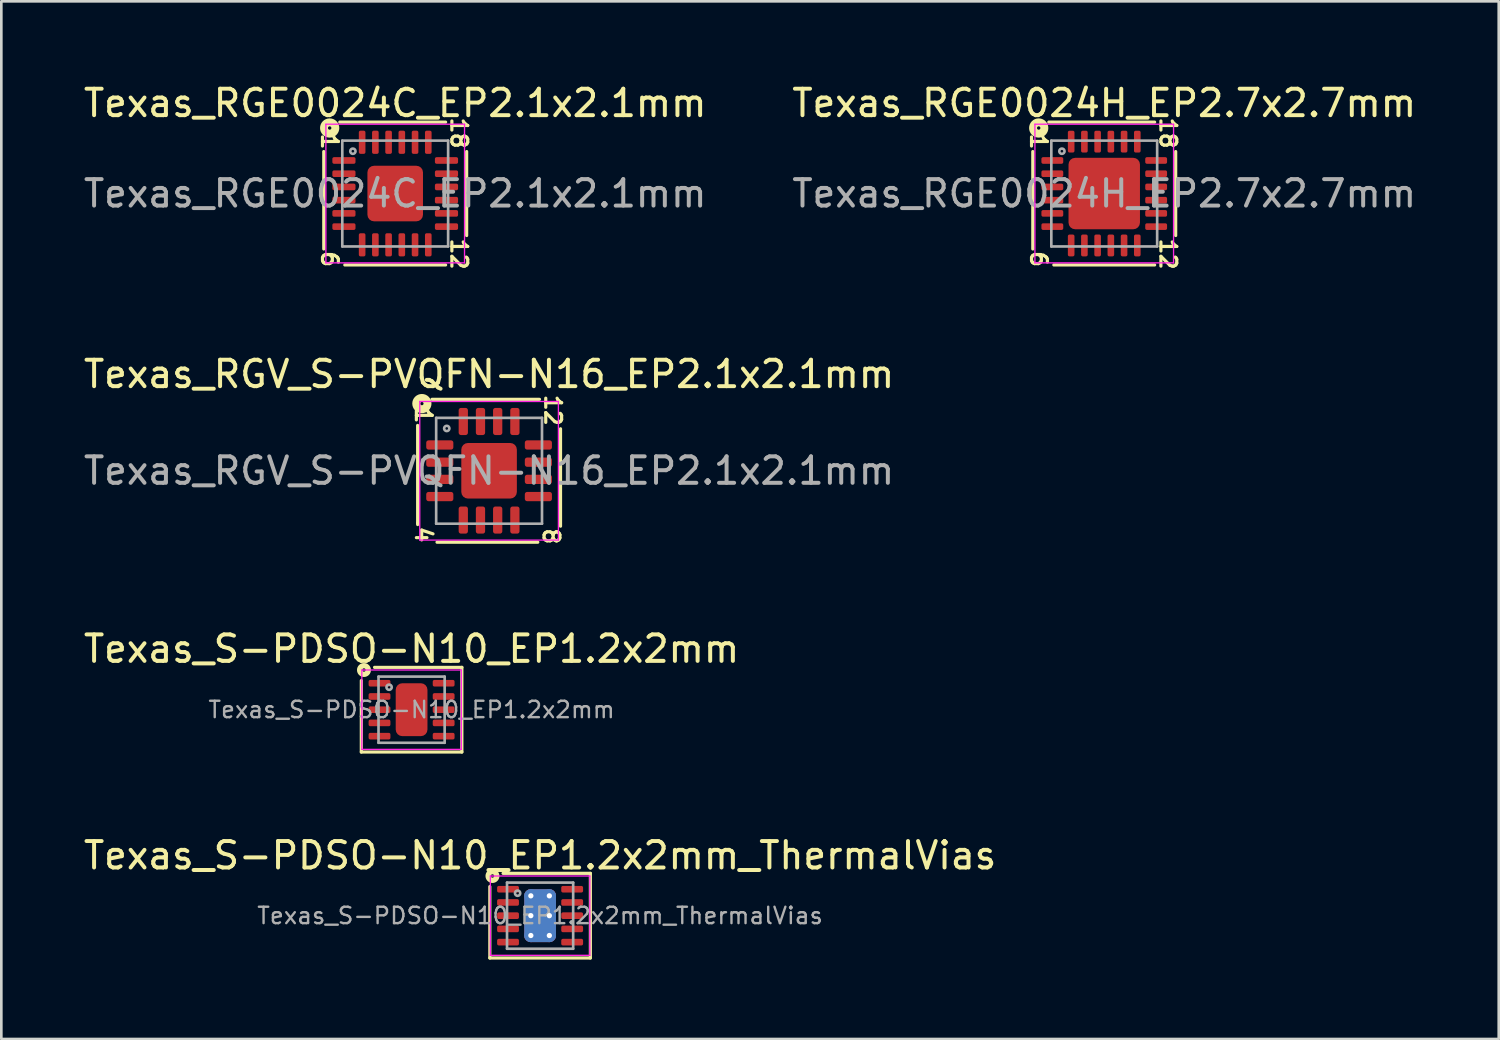
<source format=kicad_pcb>
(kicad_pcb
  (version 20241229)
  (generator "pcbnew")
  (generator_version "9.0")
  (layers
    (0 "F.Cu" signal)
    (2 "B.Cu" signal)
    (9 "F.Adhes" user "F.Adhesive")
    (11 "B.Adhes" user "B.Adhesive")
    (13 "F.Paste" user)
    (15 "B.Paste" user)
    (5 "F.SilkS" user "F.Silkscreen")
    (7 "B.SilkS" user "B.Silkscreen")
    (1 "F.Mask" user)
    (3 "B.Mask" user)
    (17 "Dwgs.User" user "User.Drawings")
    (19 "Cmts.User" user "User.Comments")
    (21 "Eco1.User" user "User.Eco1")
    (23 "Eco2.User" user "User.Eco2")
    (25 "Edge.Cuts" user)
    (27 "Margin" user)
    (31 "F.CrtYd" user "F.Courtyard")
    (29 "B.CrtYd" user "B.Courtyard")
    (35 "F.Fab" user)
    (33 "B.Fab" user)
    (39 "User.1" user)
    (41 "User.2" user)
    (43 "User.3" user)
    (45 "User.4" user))
  (footprint "Texas_RGE0024H_EP2.7x2.7mm"
    (layer "F.Cu")
    (at 38.685 4.265)
    (property "Reference" "Texas_RGE0024H_EP2.7x2.7mm" (at 0 -3.417 0) (layer "F.SilkS") (effects (font (size 1 1) (thickness 0.15))))
    (attr smd)
    (fp_line (start -2.7 -1.587) (end -2.7 2.095) (stroke (width 0.12) (type solid)) (layer "F.SilkS"))
    (fp_line (start -1.905 2.7) (end 1.905 2.7) (stroke (width 0.12) (type solid)) (layer "F.SilkS"))
    (fp_line (start 1.905 -2.7) (end -2.095 -2.7) (stroke (width 0.12) (type solid)) (layer "F.SilkS"))
    (fp_line (start 2.7 1.587) (end 2.7 -1.587) (stroke (width 0.12) (type solid)) (layer "F.SilkS"))
    (fp_circle (center -2.477 -2.477) (end -2.413 -2.477) (stroke (width 0.3) (type solid)) (fill no) (layer "F.SilkS"))
    (fp_line (start -2.62 -2.62) (end -2.62 2.62) (stroke (width 0.05) (type solid)) (layer "F.CrtYd"))
    (fp_line (start -2.62 2.62) (end 2.62 2.62) (stroke (width 0.05) (type solid)) (layer "F.CrtYd"))
    (fp_line (start 2.62 -2.62) (end -2.62 -2.62) (stroke (width 0.05) (type solid)) (layer "F.CrtYd"))
    (fp_line (start 2.62 2.62) (end 2.62 -2.62) (stroke (width 0.05) (type solid)) (layer "F.CrtYd"))
    (fp_line (start -2 -2) (end 2 -2) (stroke (width 0.1) (type solid)) (layer "F.Fab"))
    (fp_line (start -2 2) (end -2 -2) (stroke (width 0.1) (type solid)) (layer "F.Fab"))
    (fp_line (start 2 -2) (end 2 2) (stroke (width 0.1) (type solid)) (layer "F.Fab"))
    (fp_line (start 2 2) (end -2 2) (stroke (width 0.1) (type solid)) (layer "F.Fab"))
    (fp_circle (center -1.6 -1.6) (end -1.5 -1.6) (stroke (width 0.1) (type solid)) (fill no) (layer "F.Fab"))
    (fp_text user "6" (at -2.477 2.477 270) (unlocked yes) (layer "F.SilkS") (effects (font (size 0.6 0.6) (thickness 0.12))))
    (fp_text user "1" (at -2.477 -1.968 270) (unlocked yes) (layer "F.SilkS") (effects (font (size 0.6 0.6) (thickness 0.12))))
    (fp_text user "12" (at 2.413 2.286 270) (unlocked yes) (layer "F.SilkS") (effects (font (size 0.6 0.6) (thickness 0.12))))
    (fp_text user "18" (at 2.413 -2.286 270) (unlocked yes) (layer "F.SilkS") (effects (font (size 0.6 0.6) (thickness 0.12))))
    (fp_text user "${REFERENCE}" (at 0 0 0) (layer "F.Fab") (effects (font (size 1 1) (thickness 0.15))))
    (pad "" smd roundrect (at -0.675 -0.675) (size 1.09 1.09) (layers "F.Paste") (roundrect_rratio 0.229))
    (pad "" smd roundrect (at -0.675 0.675) (size 1.09 1.09) (layers "F.Paste") (roundrect_rratio 0.229))
    (pad "" smd roundrect (at 0.675 -0.675) (size 1.09 1.09) (layers "F.Paste") (roundrect_rratio 0.229))
    (pad "" smd roundrect (at 0.675 0.675) (size 1.09 1.09) (layers "F.Paste") (roundrect_rratio 0.229))
    (pad "1" smd roundrect (at -1.962 -1.25) (size 0.825 0.25) (layers "F.Cu" "F.Mask" "F.Paste") (roundrect_rratio 0.25))
    (pad "2" smd roundrect (at -1.962 -0.75) (size 0.825 0.25) (layers "F.Cu" "F.Mask" "F.Paste") (roundrect_rratio 0.25))
    (pad "3" smd roundrect (at -1.962 -0.25) (size 0.825 0.25) (layers "F.Cu" "F.Mask" "F.Paste") (roundrect_rratio 0.25))
    (pad "4" smd roundrect (at -1.962 0.25) (size 0.825 0.25) (layers "F.Cu" "F.Mask" "F.Paste") (roundrect_rratio 0.25))
    (pad "5" smd roundrect (at -1.962 0.75) (size 0.825 0.25) (layers "F.Cu" "F.Mask" "F.Paste") (roundrect_rratio 0.25))
    (pad "6" smd roundrect (at -1.962 1.25) (size 0.825 0.25) (layers "F.Cu" "F.Mask" "F.Paste") (roundrect_rratio 0.25))
    (pad "7" smd roundrect (at -1.25 1.962) (size 0.25 0.825) (layers "F.Cu" "F.Mask" "F.Paste") (roundrect_rratio 0.25))
    (pad "8" smd roundrect (at -0.75 1.962) (size 0.25 0.825) (layers "F.Cu" "F.Mask" "F.Paste") (roundrect_rratio 0.25))
    (pad "9" smd roundrect (at -0.25 1.962) (size 0.25 0.825) (layers "F.Cu" "F.Mask" "F.Paste") (roundrect_rratio 0.25))
    (pad "10" smd roundrect (at 0.25 1.962) (size 0.25 0.825) (layers "F.Cu" "F.Mask" "F.Paste") (roundrect_rratio 0.25))
    (pad "11" smd roundrect (at 0.75 1.962) (size 0.25 0.825) (layers "F.Cu" "F.Mask" "F.Paste") (roundrect_rratio 0.25))
    (pad "12" smd roundrect (at 1.25 1.962) (size 0.25 0.825) (layers "F.Cu" "F.Mask" "F.Paste") (roundrect_rratio 0.25))
    (pad "13" smd roundrect (at 1.962 1.25) (size 0.825 0.25) (layers "F.Cu" "F.Mask" "F.Paste") (roundrect_rratio 0.25))
    (pad "14" smd roundrect (at 1.962 0.75) (size 0.825 0.25) (layers "F.Cu" "F.Mask" "F.Paste") (roundrect_rratio 0.25))
    (pad "15" smd roundrect (at 1.962 0.25) (size 0.825 0.25) (layers "F.Cu" "F.Mask" "F.Paste") (roundrect_rratio 0.25))
    (pad "16" smd roundrect (at 1.962 -0.25) (size 0.825 0.25) (layers "F.Cu" "F.Mask" "F.Paste") (roundrect_rratio 0.25))
    (pad "17" smd roundrect (at 1.962 -0.75) (size 0.825 0.25) (layers "F.Cu" "F.Mask" "F.Paste") (roundrect_rratio 0.25))
    (pad "18" smd roundrect (at 1.962 -1.25) (size 0.825 0.25) (layers "F.Cu" "F.Mask" "F.Paste") (roundrect_rratio 0.25))
    (pad "19" smd roundrect (at 1.25 -1.962) (size 0.25 0.825) (layers "F.Cu" "F.Mask" "F.Paste") (roundrect_rratio 0.25))
    (pad "20" smd roundrect (at 0.75 -1.962) (size 0.25 0.825) (layers "F.Cu" "F.Mask" "F.Paste") (roundrect_rratio 0.25))
    (pad "21" smd roundrect (at 0.25 -1.962) (size 0.25 0.825) (layers "F.Cu" "F.Mask" "F.Paste") (roundrect_rratio 0.25))
    (pad "22" smd roundrect (at -0.25 -1.962) (size 0.25 0.825) (layers "F.Cu" "F.Mask" "F.Paste") (roundrect_rratio 0.25))
    (pad "23" smd roundrect (at -0.75 -1.962) (size 0.25 0.825) (layers "F.Cu" "F.Mask" "F.Paste") (roundrect_rratio 0.25))
    (pad "24" smd roundrect (at -1.25 -1.962) (size 0.25 0.825) (layers "F.Cu" "F.Mask" "F.Paste") (roundrect_rratio 0.25))
    (pad "25" smd roundrect (at 0 0) (size 2.7 2.7) (layers "F.Cu" "F.Mask") (roundrect_rratio 0.093)))
  (footprint "Texas_S-PDSO-N10_EP1.2x2mm"
    (layer "F.Cu")
    (at 12.506 23.773)
    (property "Reference" "Texas_S-PDSO-N10_EP1.2x2mm" (at 0 -2.3 0) (layer "F.SilkS") (effects (font (size 1 1) (thickness 0.15))))
    (attr smd)
    (fp_line (start -1.9 -1.1) (end -1.9 1.6) (stroke (width 0.12) (type solid)) (layer "F.SilkS"))
    (fp_line (start -1.9 1.6) (end 1.9 1.6) (stroke (width 0.12) (type solid)) (layer "F.SilkS"))
    (fp_line (start 1.9 -1.6) (end -1.4 -1.6) (stroke (width 0.12) (type solid)) (layer "F.SilkS"))
    (fp_line (start 1.9 1.6) (end 1.9 -1.6) (stroke (width 0.12) (type solid)) (layer "F.SilkS"))
    (fp_circle (center -1.8 -1.5) (end -1.736 -1.5) (stroke (width 0.2) (type solid)) (fill no) (layer "F.SilkS"))
    (fp_line (start -1.88 -1.5) (end -1.88 1.5) (stroke (width 0.05) (type solid)) (layer "F.CrtYd"))
    (fp_line (start -1.88 1.5) (end 1.88 1.5) (stroke (width 0.05) (type solid)) (layer "F.CrtYd"))
    (fp_line (start 1.88 -1.5) (end -1.88 -1.5) (stroke (width 0.05) (type solid)) (layer "F.CrtYd"))
    (fp_line (start 1.88 1.5) (end 1.88 -1.5) (stroke (width 0.05) (type solid)) (layer "F.CrtYd"))
    (fp_line (start -1.25 -1.25) (end 1.25 -1.25) (stroke (width 0.1) (type solid)) (layer "F.Fab"))
    (fp_line (start -1.25 1.25) (end -1.25 -1.25) (stroke (width 0.1) (type solid)) (layer "F.Fab"))
    (fp_line (start 1.25 -1.25) (end 1.25 1.25) (stroke (width 0.1) (type solid)) (layer "F.Fab"))
    (fp_line (start 1.25 1.25) (end -1.25 1.25) (stroke (width 0.1) (type solid)) (layer "F.Fab"))
    (fp_circle (center -0.85 -0.85) (end -0.75 -0.85) (stroke (width 0.1) (type solid)) (fill no) (layer "F.Fab"))
    (fp_text user "${REFERENCE}" (at 0 0 0) (layer "F.Fab") (effects (font (size 0.62 0.62) (thickness 0.09))))
    (pad "" smd roundrect (at -0.3 -0.5) (size 0.48 0.81) (layers "F.Paste") (roundrect_rratio 0.25))
    (pad "" smd roundrect (at -0.3 0.5) (size 0.48 0.81) (layers "F.Paste") (roundrect_rratio 0.25))
    (pad "" smd roundrect (at 0.3 -0.5) (size 0.48 0.81) (layers "F.Paste") (roundrect_rratio 0.25))
    (pad "" smd roundrect (at 0.3 0.5) (size 0.48 0.81) (layers "F.Paste") (roundrect_rratio 0.25))
    (pad "1" smd roundrect (at -1.212 -1) (size 0.825 0.25) (layers "F.Cu" "F.Mask" "F.Paste") (roundrect_rratio 0.25))
    (pad "2" smd roundrect (at -1.212 -0.5) (size 0.825 0.25) (layers "F.Cu" "F.Mask" "F.Paste") (roundrect_rratio 0.25))
    (pad "3" smd roundrect (at -1.212 0) (size 0.825 0.25) (layers "F.Cu" "F.Mask" "F.Paste") (roundrect_rratio 0.25))
    (pad "4" smd roundrect (at -1.212 0.5) (size 0.825 0.25) (layers "F.Cu" "F.Mask" "F.Paste") (roundrect_rratio 0.25))
    (pad "5" smd roundrect (at -1.212 1) (size 0.825 0.25) (layers "F.Cu" "F.Mask" "F.Paste") (roundrect_rratio 0.25))
    (pad "6" smd roundrect (at 1.212 1) (size 0.825 0.25) (layers "F.Cu" "F.Mask" "F.Paste") (roundrect_rratio 0.25))
    (pad "7" smd roundrect (at 1.212 0.5) (size 0.825 0.25) (layers "F.Cu" "F.Mask" "F.Paste") (roundrect_rratio 0.25))
    (pad "8" smd roundrect (at 1.212 0) (size 0.825 0.25) (layers "F.Cu" "F.Mask" "F.Paste") (roundrect_rratio 0.25))
    (pad "9" smd roundrect (at 1.212 -0.5) (size 0.825 0.25) (layers "F.Cu" "F.Mask" "F.Paste") (roundrect_rratio 0.25))
    (pad "10" smd roundrect (at 1.212 -1) (size 0.825 0.25) (layers "F.Cu" "F.Mask" "F.Paste") (roundrect_rratio 0.25))
    (pad "11" smd roundrect (at 0 0) (size 1.2 2) (layers "F.Cu" "F.Mask") (roundrect_rratio 0.208)))
  (footprint "Texas_S-PDSO-N10_EP1.2x2mm_ThermalVias"
    (layer "F.Cu")
    (at 17.363 31.558)
    (property "Reference" "Texas_S-PDSO-N10_EP1.2x2mm_ThermalVias" (at 0 -2.276 0) (layer "F.SilkS") (effects (font (size 1 1) (thickness 0.15))))
    (attr smd)
    (fp_line (start -1.9 -1.1) (end -1.9 1.6) (stroke (width 0.12) (type solid)) (layer "F.SilkS"))
    (fp_line (start -1.9 1.6) (end 1.9 1.6) (stroke (width 0.12) (type solid)) (layer "F.SilkS"))
    (fp_line (start 1.9 -1.6) (end -1.4 -1.6) (stroke (width 0.12) (type solid)) (layer "F.SilkS"))
    (fp_line (start 1.9 1.6) (end 1.9 -1.6) (stroke (width 0.12) (type solid)) (layer "F.SilkS"))
    (fp_circle (center -1.8 -1.5) (end -1.736 -1.5) (stroke (width 0.2) (type solid)) (fill no) (layer "F.SilkS"))
    (fp_line (start -1.88 -1.5) (end -1.88 1.5) (stroke (width 0.05) (type solid)) (layer "F.CrtYd"))
    (fp_line (start -1.88 1.5) (end 1.88 1.5) (stroke (width 0.05) (type solid)) (layer "F.CrtYd"))
    (fp_line (start 1.88 -1.5) (end -1.88 -1.5) (stroke (width 0.05) (type solid)) (layer "F.CrtYd"))
    (fp_line (start 1.88 1.5) (end 1.88 -1.5) (stroke (width 0.05) (type solid)) (layer "F.CrtYd"))
    (fp_line (start -1.25 -1.25) (end 1.25 -1.25) (stroke (width 0.1) (type solid)) (layer "F.Fab"))
    (fp_line (start -1.25 1.25) (end -1.25 -1.25) (stroke (width 0.1) (type solid)) (layer "F.Fab"))
    (fp_line (start 1.25 -1.25) (end 1.25 1.25) (stroke (width 0.1) (type solid)) (layer "F.Fab"))
    (fp_line (start 1.25 1.25) (end -1.25 1.25) (stroke (width 0.1) (type solid)) (layer "F.Fab"))
    (fp_circle (center -0.85 -0.85) (end -0.75 -0.85) (stroke (width 0.1) (type solid)) (fill no) (layer "F.Fab"))
    (fp_text user "${REFERENCE}" (at 0 0 0) (layer "F.Fab") (effects (font (size 0.62 0.62) (thickness 0.09))))
    (pad "" smd roundrect (at -0.3 -0.5) (size 0.5 0.84) (layers "F.Paste") (roundrect_rratio 0.25))
    (pad "" smd roundrect (at -0.3 0.5) (size 0.5 0.84) (layers "F.Paste") (roundrect_rratio 0.25))
    (pad "" smd roundrect (at 0.3 -0.5) (size 0.5 0.84) (layers "F.Paste") (roundrect_rratio 0.25))
    (pad "" smd roundrect (at 0.3 0.5) (size 0.5 0.84) (layers "F.Paste") (roundrect_rratio 0.25))
    (pad "1" smd roundrect (at -1.212 -1) (size 0.825 0.25) (layers "F.Cu" "F.Mask" "F.Paste") (roundrect_rratio 0.25))
    (pad "2" smd roundrect (at -1.212 -0.5) (size 0.825 0.25) (layers "F.Cu" "F.Mask" "F.Paste") (roundrect_rratio 0.25))
    (pad "3" smd roundrect (at -1.212 0) (size 0.825 0.25) (layers "F.Cu" "F.Mask" "F.Paste") (roundrect_rratio 0.25))
    (pad "4" smd roundrect (at -1.212 0.5) (size 0.825 0.25) (layers "F.Cu" "F.Mask" "F.Paste") (roundrect_rratio 0.25))
    (pad "5" smd roundrect (at -1.212 1) (size 0.825 0.25) (layers "F.Cu" "F.Mask" "F.Paste") (roundrect_rratio 0.25))
    (pad "6" smd roundrect (at 1.212 1) (size 0.825 0.25) (layers "F.Cu" "F.Mask" "F.Paste") (roundrect_rratio 0.25))
    (pad "7" smd roundrect (at 1.212 0.5) (size 0.825 0.25) (layers "F.Cu" "F.Mask" "F.Paste") (roundrect_rratio 0.25))
    (pad "8" smd roundrect (at 1.212 0) (size 0.825 0.25) (layers "F.Cu" "F.Mask" "F.Paste") (roundrect_rratio 0.25))
    (pad "9" smd roundrect (at 1.212 -0.5) (size 0.825 0.25) (layers "F.Cu" "F.Mask" "F.Paste") (roundrect_rratio 0.25))
    (pad "10" smd roundrect (at 1.212 -1) (size 0.825 0.25) (layers "F.Cu" "F.Mask" "F.Paste") (roundrect_rratio 0.25))
    (pad "11" thru_hole circle (at -0.35 -0.75) (size 0.5 0.5) (drill 0.2) (property pad_prop_heatsink) (layers "*.Cu"))
    (pad "11" thru_hole circle (at -0.35 0) (size 0.5 0.5) (drill 0.2) (property pad_prop_heatsink) (layers "*.Cu"))
    (pad "11" thru_hole circle (at -0.35 0.75) (size 0.5 0.5) (drill 0.2) (property pad_prop_heatsink) (layers "*.Cu"))
    (pad "11" smd roundrect (at 0 0) (size 1.2 2) (layers "F.Cu" "F.Mask") (roundrect_rratio 0.208))
    (pad "11" smd roundrect (at 0 0) (size 1.2 2) (layers "B.Cu" "B.Mask") (roundrect_rratio 0.208))
    (pad "11" thru_hole circle (at 0.35 -0.75) (size 0.5 0.5) (drill 0.2) (property pad_prop_heatsink) (layers "*.Cu"))
    (pad "11" thru_hole circle (at 0.35 0) (size 0.5 0.5) (drill 0.2) (property pad_prop_heatsink) (layers "*.Cu"))
    (pad "11" thru_hole circle (at 0.35 0.75) (size 0.5 0.5) (drill 0.2) (property pad_prop_heatsink) (layers "*.Cu")))
  (footprint "Texas_RGV_S-PVQFN-N16_EP2.1x2.1mm"
    (layer "F.Cu")
    (at 15.435 14.743)
    (property "Reference" "Texas_RGV_S-PVQFN-N16_EP2.1x2.1mm" (at 0 -3.652 0) (layer "F.SilkS") (effects (font (size 1 1) (thickness 0.15))))
    (attr smd)
    (fp_line (start -2.7 -1.714) (end -2.7 1.968) (stroke (width 0.12) (type solid)) (layer "F.SilkS"))
    (fp_line (start -2.7 1.968) (end -2.7 2.032) (stroke (width 0.12) (type solid)) (layer "F.SilkS"))
    (fp_line (start -1.968 2.7) (end 1.841 2.7) (stroke (width 0.12) (type solid)) (layer "F.SilkS"))
    (fp_line (start 1.905 -2.7) (end -2.159 -2.7) (stroke (width 0.12) (type solid)) (layer "F.SilkS"))
    (fp_line (start 2.7 2.095) (end 2.7 -1.587) (stroke (width 0.12) (type solid)) (layer "F.SilkS"))
    (fp_circle (center -2.54 -2.54) (end -2.477 -2.54) (stroke (width 0.3) (type solid)) (fill no) (layer "F.SilkS"))
    (fp_line (start -2.62 -2.62) (end -2.62 2.62) (stroke (width 0.05) (type solid)) (layer "F.CrtYd"))
    (fp_line (start -2.62 2.62) (end 2.62 2.62) (stroke (width 0.05) (type solid)) (layer "F.CrtYd"))
    (fp_line (start 2.62 -2.62) (end -2.62 -2.62) (stroke (width 0.05) (type solid)) (layer "F.CrtYd"))
    (fp_line (start 2.62 2.62) (end 2.62 -2.62) (stroke (width 0.05) (type solid)) (layer "F.CrtYd"))
    (fp_line (start -2 -2) (end 2 -2) (stroke (width 0.1) (type solid)) (layer "F.Fab"))
    (fp_line (start -2 2) (end -2 -2) (stroke (width 0.1) (type solid)) (layer "F.Fab"))
    (fp_line (start 2 -2) (end 2 2) (stroke (width 0.1) (type solid)) (layer "F.Fab"))
    (fp_line (start 2 2) (end -2 2) (stroke (width 0.1) (type solid)) (layer "F.Fab"))
    (fp_circle (center -1.6 -1.6) (end -1.5 -1.6) (stroke (width 0.1) (type solid)) (fill no) (layer "F.Fab"))
    (fp_text user "12" (at 2.413 -2.286 270) (unlocked yes) (layer "F.SilkS") (effects (font (size 0.6 0.6) (thickness 0.12))))
    (fp_text user "8" (at 2.349 2.477 270) (unlocked yes) (layer "F.SilkS") (effects (font (size 0.6 0.6) (thickness 0.12))))
    (fp_text user "1" (at -2.477 -2.095 270) (unlocked yes) (layer "F.SilkS") (effects (font (size 0.6 0.6) (thickness 0.12))))
    (fp_text user "4" (at -2.477 2.413 270) (unlocked yes) (layer "F.SilkS") (effects (font (size 0.6 0.6) (thickness 0.12))))
    (fp_text user "${REFERENCE}" (at 0 0 0) (layer "F.Fab") (effects (font (size 1 1) (thickness 0.15))))
    (pad "" smd roundrect (at -0.525 -0.525) (size 0.85 0.85) (layers "F.Paste") (roundrect_rratio 0.25))
    (pad "" smd roundrect (at -0.525 0.525) (size 0.85 0.85) (layers "F.Paste") (roundrect_rratio 0.25))
    (pad "" smd roundrect (at 0.525 -0.525) (size 0.85 0.85) (layers "F.Paste") (roundrect_rratio 0.25))
    (pad "" smd roundrect (at 0.525 0.525) (size 0.85 0.85) (layers "F.Paste") (roundrect_rratio 0.25))
    (pad "1" smd roundrect (at -1.863 -0.975) (size 1.025 0.35) (layers "F.Cu" "F.Mask" "F.Paste") (roundrect_rratio 0.25))
    (pad "2" smd roundrect (at -1.863 -0.325) (size 1.025 0.35) (layers "F.Cu" "F.Mask" "F.Paste") (roundrect_rratio 0.25))
    (pad "3" smd roundrect (at -1.863 0.325) (size 1.025 0.35) (layers "F.Cu" "F.Mask" "F.Paste") (roundrect_rratio 0.25))
    (pad "4" smd roundrect (at -1.863 0.975) (size 1.025 0.35) (layers "F.Cu" "F.Mask" "F.Paste") (roundrect_rratio 0.25))
    (pad "5" smd roundrect (at -0.975 1.863) (size 0.35 1.025) (layers "F.Cu" "F.Mask" "F.Paste") (roundrect_rratio 0.25))
    (pad "6" smd roundrect (at -0.325 1.863) (size 0.35 1.025) (layers "F.Cu" "F.Mask" "F.Paste") (roundrect_rratio 0.25))
    (pad "7" smd roundrect (at 0.325 1.863) (size 0.35 1.025) (layers "F.Cu" "F.Mask" "F.Paste") (roundrect_rratio 0.25))
    (pad "8" smd roundrect (at 0.975 1.863) (size 0.35 1.025) (layers "F.Cu" "F.Mask" "F.Paste") (roundrect_rratio 0.25))
    (pad "9" smd roundrect (at 1.863 0.975) (size 1.025 0.35) (layers "F.Cu" "F.Mask" "F.Paste") (roundrect_rratio 0.25))
    (pad "10" smd roundrect (at 1.863 0.325) (size 1.025 0.35) (layers "F.Cu" "F.Mask" "F.Paste") (roundrect_rratio 0.25))
    (pad "11" smd roundrect (at 1.863 -0.325) (size 1.025 0.35) (layers "F.Cu" "F.Mask" "F.Paste") (roundrect_rratio 0.25))
    (pad "12" smd roundrect (at 1.863 -0.975) (size 1.025 0.35) (layers "F.Cu" "F.Mask" "F.Paste") (roundrect_rratio 0.25))
    (pad "13" smd roundrect (at 0.975 -1.863) (size 0.35 1.025) (layers "F.Cu" "F.Mask" "F.Paste") (roundrect_rratio 0.25))
    (pad "14" smd roundrect (at 0.325 -1.863) (size 0.35 1.025) (layers "F.Cu" "F.Mask" "F.Paste") (roundrect_rratio 0.25))
    (pad "15" smd roundrect (at -0.325 -1.863) (size 0.35 1.025) (layers "F.Cu" "F.Mask" "F.Paste") (roundrect_rratio 0.25))
    (pad "16" smd roundrect (at -0.975 -1.863) (size 0.35 1.025) (layers "F.Cu" "F.Mask" "F.Paste") (roundrect_rratio 0.25))
    (pad "17" smd roundrect (at 0 0) (size 2.1 2.1) (layers "F.Cu" "F.Mask") (roundrect_rratio 0.119)))
  (footprint "Texas_RGE0024C_EP2.1x2.1mm"
    (layer "F.Cu")
    (at 11.887 4.265)
    (property "Reference" "Texas_RGE0024C_EP2.1x2.1mm" (at 0 -3.417 0) (layer "F.SilkS") (effects (font (size 1 1) (thickness 0.15))))
    (attr smd)
    (fp_line (start -2.7 -1.587) (end -2.7 2.095) (stroke (width 0.12) (type solid)) (layer "F.SilkS"))
    (fp_line (start -1.905 2.7) (end 1.905 2.7) (stroke (width 0.12) (type solid)) (layer "F.SilkS"))
    (fp_line (start 1.905 -2.7) (end -2.095 -2.7) (stroke (width 0.12) (type solid)) (layer "F.SilkS"))
    (fp_line (start 2.7 1.587) (end 2.7 -1.587) (stroke (width 0.12) (type solid)) (layer "F.SilkS"))
    (fp_circle (center -2.477 -2.477) (end -2.413 -2.477) (stroke (width 0.3) (type solid)) (fill no) (layer "F.SilkS"))
    (fp_line (start -2.62 -2.62) (end -2.62 2.62) (stroke (width 0.05) (type solid)) (layer "F.CrtYd"))
    (fp_line (start -2.62 2.62) (end 2.62 2.62) (stroke (width 0.05) (type solid)) (layer "F.CrtYd"))
    (fp_line (start 2.62 -2.62) (end -2.62 -2.62) (stroke (width 0.05) (type solid)) (layer "F.CrtYd"))
    (fp_line (start 2.62 2.62) (end 2.62 -2.62) (stroke (width 0.05) (type solid)) (layer "F.CrtYd"))
    (fp_line (start -2 -2) (end 2 -2) (stroke (width 0.1) (type solid)) (layer "F.Fab"))
    (fp_line (start -2 2) (end -2 -2) (stroke (width 0.1) (type solid)) (layer "F.Fab"))
    (fp_line (start 2 -2) (end 2 2) (stroke (width 0.1) (type solid)) (layer "F.Fab"))
    (fp_line (start 2 2) (end -2 2) (stroke (width 0.1) (type solid)) (layer "F.Fab"))
    (fp_circle (center -1.6 -1.6) (end -1.5 -1.6) (stroke (width 0.1) (type solid)) (fill no) (layer "F.Fab"))
    (fp_text user "18" (at 2.413 -2.286 270) (unlocked yes) (layer "F.SilkS") (effects (font (size 0.6 0.6) (thickness 0.12))))
    (fp_text user "12" (at 2.413 2.286 270) (unlocked yes) (layer "F.SilkS") (effects (font (size 0.6 0.6) (thickness 0.12))))
    (fp_text user "6" (at -2.477 2.477 270) (unlocked yes) (layer "F.SilkS") (effects (font (size 0.6 0.6) (thickness 0.12))))
    (fp_text user "1" (at -2.477 -1.968 270) (unlocked yes) (layer "F.SilkS") (effects (font (size 0.6 0.6) (thickness 0.12))))
    (fp_text user "${REFERENCE}" (at 0 0 0) (layer "F.Fab") (effects (font (size 1 1) (thickness 0.15))))
    (pad "" smd roundrect (at -0.525 -0.525) (size 0.85 0.85) (layers "F.Paste") (roundrect_rratio 0.25))
    (pad "" smd roundrect (at -0.525 0.525) (size 0.85 0.85) (layers "F.Paste") (roundrect_rratio 0.25))
    (pad "" smd roundrect (at 0.525 -0.525) (size 0.85 0.85) (layers "F.Paste") (roundrect_rratio 0.25))
    (pad "" smd roundrect (at 0.525 0.525) (size 0.85 0.85) (layers "F.Paste") (roundrect_rratio 0.25))
    (pad "1" smd roundrect (at -1.938 -1.25) (size 0.875 0.25) (layers "F.Cu" "F.Mask" "F.Paste") (roundrect_rratio 0.25))
    (pad "2" smd roundrect (at -1.938 -0.75) (size 0.875 0.25) (layers "F.Cu" "F.Mask" "F.Paste") (roundrect_rratio 0.25))
    (pad "3" smd roundrect (at -1.938 -0.25) (size 0.875 0.25) (layers "F.Cu" "F.Mask" "F.Paste") (roundrect_rratio 0.25))
    (pad "4" smd roundrect (at -1.938 0.25) (size 0.875 0.25) (layers "F.Cu" "F.Mask" "F.Paste") (roundrect_rratio 0.25))
    (pad "5" smd roundrect (at -1.938 0.75) (size 0.875 0.25) (layers "F.Cu" "F.Mask" "F.Paste") (roundrect_rratio 0.25))
    (pad "6" smd roundrect (at -1.938 1.25) (size 0.875 0.25) (layers "F.Cu" "F.Mask" "F.Paste") (roundrect_rratio 0.25))
    (pad "7" smd roundrect (at -1.25 1.938) (size 0.25 0.875) (layers "F.Cu" "F.Mask" "F.Paste") (roundrect_rratio 0.25))
    (pad "8" smd roundrect (at -0.75 1.938) (size 0.25 0.875) (layers "F.Cu" "F.Mask" "F.Paste") (roundrect_rratio 0.25))
    (pad "9" smd roundrect (at -0.25 1.938) (size 0.25 0.875) (layers "F.Cu" "F.Mask" "F.Paste") (roundrect_rratio 0.25))
    (pad "10" smd roundrect (at 0.25 1.938) (size 0.25 0.875) (layers "F.Cu" "F.Mask" "F.Paste") (roundrect_rratio 0.25))
    (pad "11" smd roundrect (at 0.75 1.938) (size 0.25 0.875) (layers "F.Cu" "F.Mask" "F.Paste") (roundrect_rratio 0.25))
    (pad "12" smd roundrect (at 1.25 1.938) (size 0.25 0.875) (layers "F.Cu" "F.Mask" "F.Paste") (roundrect_rratio 0.25))
    (pad "13" smd roundrect (at 1.938 1.25) (size 0.875 0.25) (layers "F.Cu" "F.Mask" "F.Paste") (roundrect_rratio 0.25))
    (pad "14" smd roundrect (at 1.938 0.75) (size 0.875 0.25) (layers "F.Cu" "F.Mask" "F.Paste") (roundrect_rratio 0.25))
    (pad "15" smd roundrect (at 1.938 0.25) (size 0.875 0.25) (layers "F.Cu" "F.Mask" "F.Paste") (roundrect_rratio 0.25))
    (pad "16" smd roundrect (at 1.938 -0.25) (size 0.875 0.25) (layers "F.Cu" "F.Mask" "F.Paste") (roundrect_rratio 0.25))
    (pad "17" smd roundrect (at 1.938 -0.75) (size 0.875 0.25) (layers "F.Cu" "F.Mask" "F.Paste") (roundrect_rratio 0.25))
    (pad "18" smd roundrect (at 1.938 -1.25) (size 0.875 0.25) (layers "F.Cu" "F.Mask" "F.Paste") (roundrect_rratio 0.25))
    (pad "19" smd roundrect (at 1.25 -1.938) (size 0.25 0.875) (layers "F.Cu" "F.Mask" "F.Paste") (roundrect_rratio 0.25))
    (pad "20" smd roundrect (at 0.75 -1.938) (size 0.25 0.875) (layers "F.Cu" "F.Mask" "F.Paste") (roundrect_rratio 0.25))
    (pad "21" smd roundrect (at 0.25 -1.938) (size 0.25 0.875) (layers "F.Cu" "F.Mask" "F.Paste") (roundrect_rratio 0.25))
    (pad "22" smd roundrect (at -0.25 -1.938) (size 0.25 0.875) (layers "F.Cu" "F.Mask" "F.Paste") (roundrect_rratio 0.25))
    (pad "23" smd roundrect (at -0.75 -1.938) (size 0.25 0.875) (layers "F.Cu" "F.Mask" "F.Paste") (roundrect_rratio 0.25))
    (pad "24" smd roundrect (at -1.25 -1.938) (size 0.25 0.875) (layers "F.Cu" "F.Mask" "F.Paste") (roundrect_rratio 0.25))
    (pad "25" smd roundrect (at 0 0) (size 2.1 2.1) (layers "F.Cu" "F.Mask") (roundrect_rratio 0.119)))
  (gr_rect
    (start -3 -3)
    (end 53.595 36.218)
    (stroke (width 0.1) (type default))
    (fill no)
    (layer "Edge.Cuts")))
</source>
